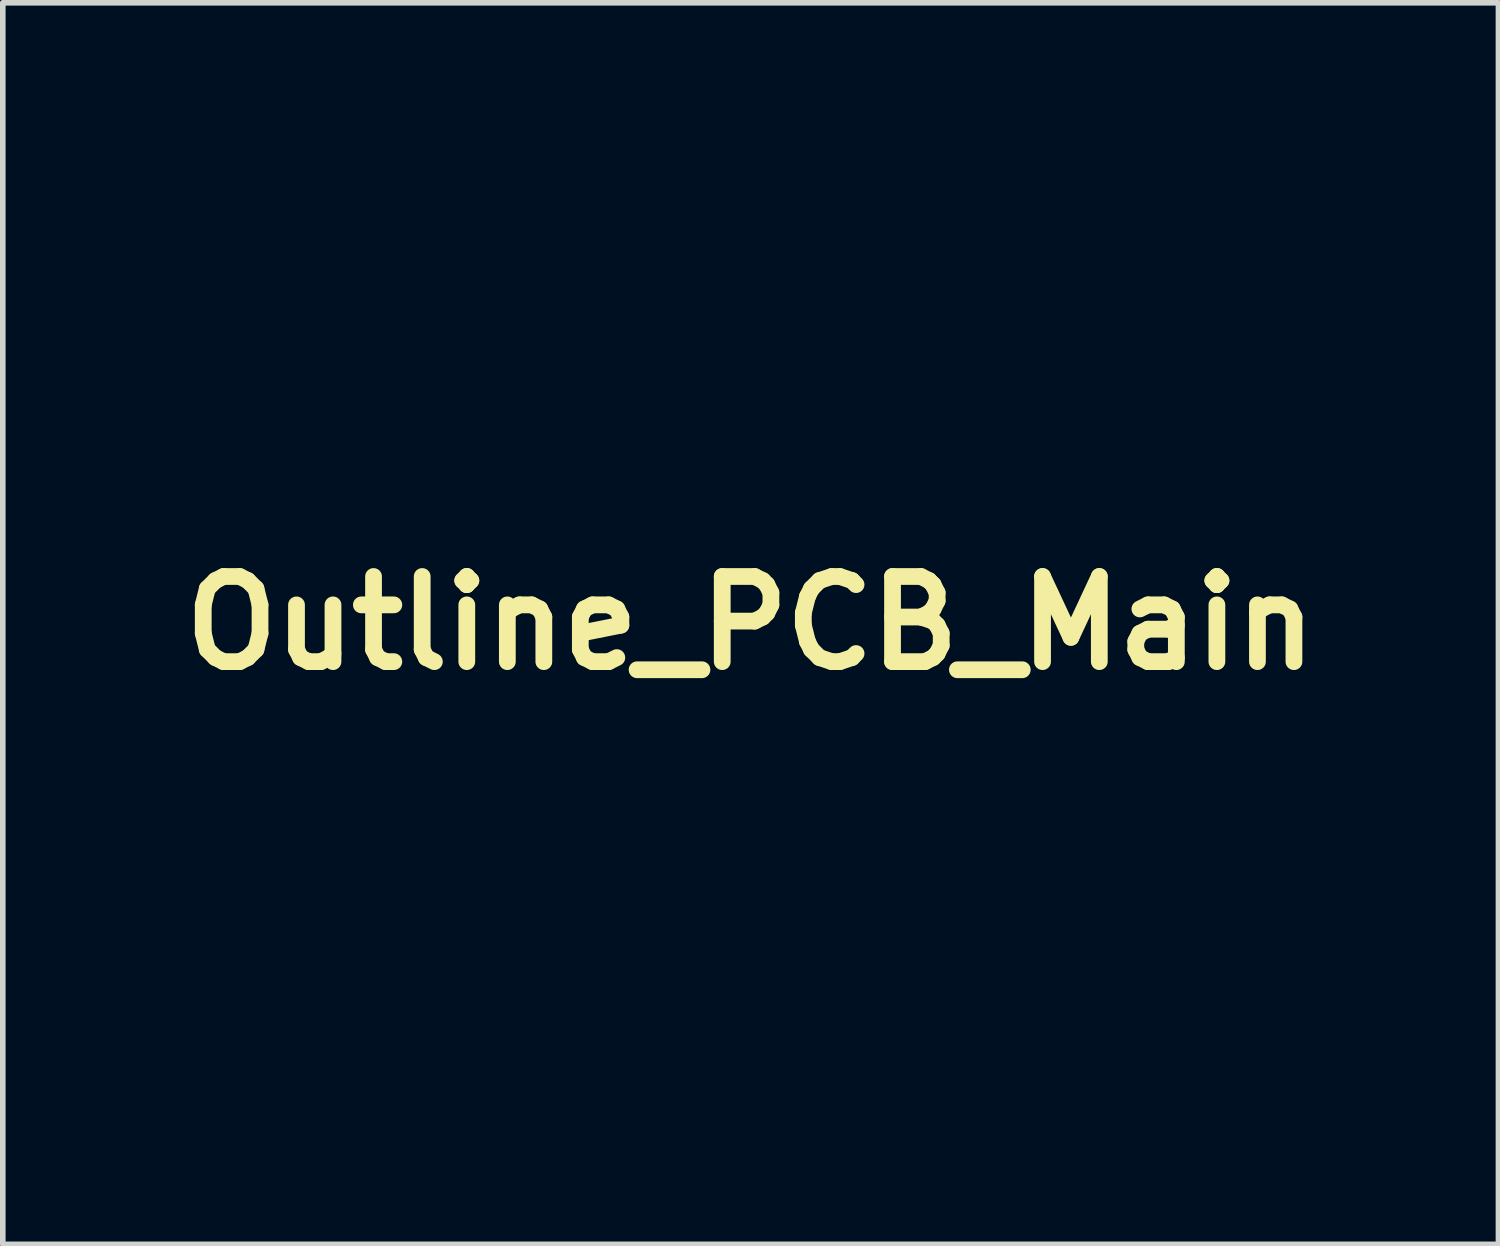
<source format=kicad_pcb>
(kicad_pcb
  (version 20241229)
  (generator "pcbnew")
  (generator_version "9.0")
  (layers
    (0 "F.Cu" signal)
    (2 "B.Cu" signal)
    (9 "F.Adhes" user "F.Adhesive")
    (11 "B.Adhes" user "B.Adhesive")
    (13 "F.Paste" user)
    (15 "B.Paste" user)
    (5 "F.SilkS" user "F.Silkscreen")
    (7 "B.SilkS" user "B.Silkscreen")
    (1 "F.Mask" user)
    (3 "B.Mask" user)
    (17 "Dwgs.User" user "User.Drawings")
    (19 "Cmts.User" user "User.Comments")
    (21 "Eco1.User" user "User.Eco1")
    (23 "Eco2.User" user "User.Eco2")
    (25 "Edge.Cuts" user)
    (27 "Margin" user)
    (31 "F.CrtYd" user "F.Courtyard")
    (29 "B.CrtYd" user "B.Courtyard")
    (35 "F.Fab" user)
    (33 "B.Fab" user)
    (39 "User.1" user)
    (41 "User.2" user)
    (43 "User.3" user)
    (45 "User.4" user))
  (footprint "Outline_PCB_Main"
    (layer "F.Cu")
    (at 10.385 8.103)
    (property "Reference" "Outline_PCB_Main" (at 0 0 0) (layer "F.SilkS") (effects (font (size 1.524 1.524) (thickness 0.3))))
    (attr through_hole)
    (fp_poly (pts (xy 8.258 8.113) (xy -8.244 8.113) (xy -8.244 -3.119) (xy -1.03 -3.119) (xy -1.029 -3.066) (xy -1.024 -3.005) (xy -1.015 -2.941) (xy -1.001 -2.858) (xy -0.985 -2.79) (xy -0.962 -2.726) (xy -0.929 -2.652) (xy -0.926 -2.646) (xy -0.892 -2.581) (xy -0.854 -2.518) (xy -0.82 -2.468) (xy -0.804 -2.449) (xy -0.766 -2.407) (xy -0.73 -2.367) (xy -0.716 -2.35) (xy -0.669 -2.306) (xy -0.602 -2.257) (xy -0.522 -2.208) (xy -0.436 -2.162) (xy -0.352 -2.125) (xy -0.299 -2.106) (xy -0.137 -2.072) (xy 0.031 -2.063) (xy 0.199 -2.081) (xy 0.293 -2.103) (xy 0.445 -2.162) (xy 0.588 -2.245) (xy 0.716 -2.351) (xy 0.828 -2.475) (xy 0.918 -2.615) (xy 0.943 -2.666) (xy 1.002 -2.826) (xy 1.032 -2.992) (xy 1.034 -3.162) (xy 1.025 -3.245) (xy 1.009 -3.333) (xy 0.989 -3.406) (xy 0.96 -3.479) (xy 0.938 -3.525) (xy 0.903 -3.595) (xy 0.877 -3.645) (xy 0.852 -3.685) (xy 0.825 -3.72) (xy 0.791 -3.758) (xy 0.743 -3.807) (xy 0.727 -3.823) (xy 0.599 -3.935) (xy 0.463 -4.02) (xy 0.317 -4.079) (xy 0.157 -4.114) (xy 0.036 -4.125) (xy -0.04 -4.127) (xy -0.099 -4.126) (xy -0.151 -4.12) (xy -0.207 -4.107) (xy -0.261 -4.092) (xy -0.426 -4.031) (xy -0.575 -3.946) (xy -0.706 -3.842) (xy -0.818 -3.718) (xy -0.907 -3.579) (xy -0.973 -3.425) (xy -1.013 -3.258) (xy -1.015 -3.249) (xy -1.025 -3.176) (xy -1.03 -3.119) (xy -8.244 -3.119) (xy -8.244 -8.098) (xy 8.258 -8.098) (xy 8.258 8.113)) (stroke (width 0.01) (type solid)) (fill no) (layer "Eco1.User")))
  (gr_rect
    (start -3 -3)
    (end 23.77 19.221)
    (stroke (width 0.1) (type default))
    (fill no)
    (layer "Edge.Cuts")))
</source>
